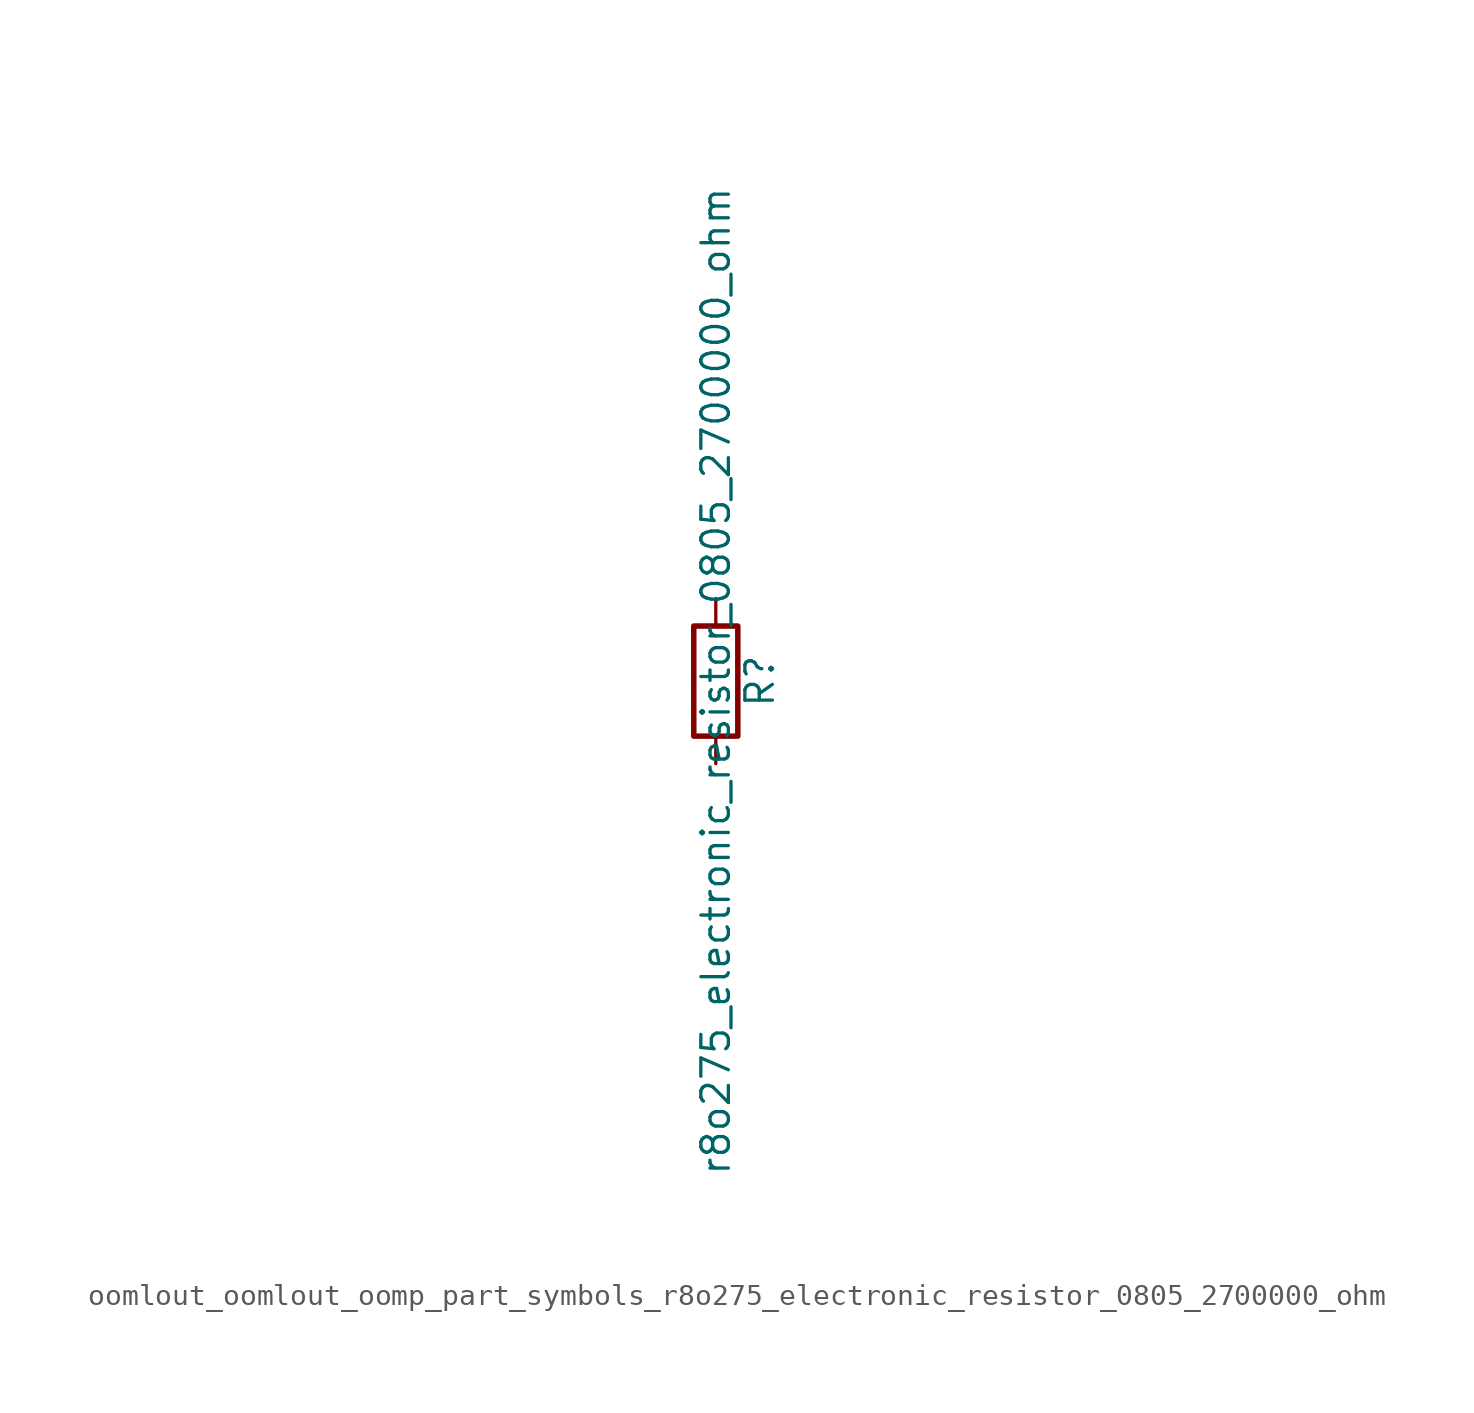
<source format=kicad_sym>
(kicad_symbol_lib
  (version 20220914)
  (generator kicad_symbol_editor)
  (symbol "oomlout_oomlout_oomp_part_symbols_r8o275_electronic_resistor_0805_2700000_ohm"
    (pin_numbers hide)
    (pin_names
      (offset 0))
    (property "Reference" "R"
      (at 2.032 0 90)
      (effects (font (size 1.27 1.27))))
    (property "Value" "r8o275_electronic_resistor_0805_2700000_ohm"
      (at 0 0 90)
      (effects (font (size 1.27 1.27))))
    (symbol "oomlout_oomlout_oomp_part_symbols_r8o275_electronic_resistor_0805_2700000_ohm_0_1"
      (rectangle (start -1.016 -2.54) (end 1.016 2.54) (stroke (width 0.254) (type default)) (fill (type none))))
    (symbol "oomlout_oomlout_oomp_part_symbols_r8o275_electronic_resistor_0805_2700000_ohm_1_1"
      (pin passive line (at 0 3.81 270) (length 1.27) (name "~" (effects (font (size 1.27 1.27)))) (number "1" (effects (font (size 1.27 1.27)))))
      (pin passive line (at 0 -3.81 90) (length 1.27) (name "~" (effects (font (size 1.27 1.27)))) (number "2" (effects (font (size 1.27 1.27))))))))
</source>
